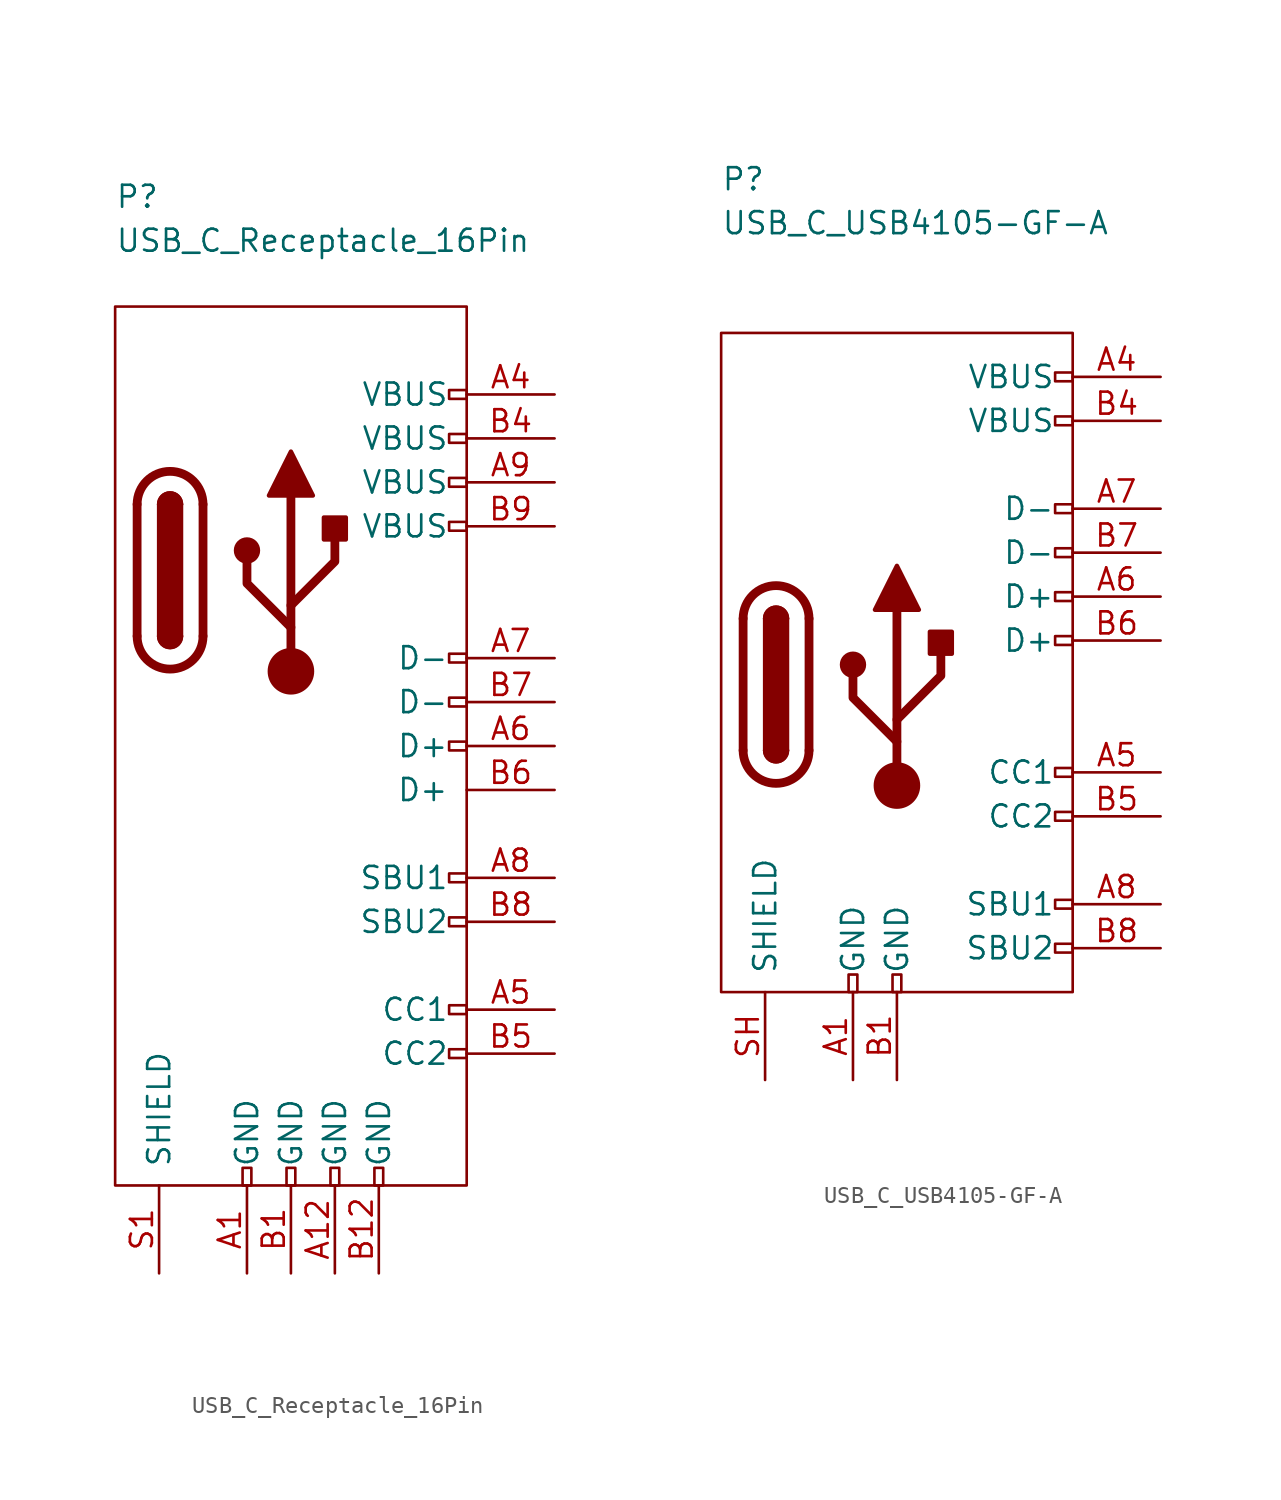
<source format=kicad_sym>
(kicad_symbol_lib
  (version 20211014)
  (generator kicad_symbol_editor)
  (symbol "USB_C_Receptacle_16Pin"
    (pin_names
      (offset 1.016))
    (property "Reference" "P"
      (at 0 6.35 0)
      (effects (font (size 1.27 1.27)) (justify left)))
    (property "Value" "USB_C_Receptacle_16Pin"
      (at 0 3.81 0)
      (effects (font (size 1.27 1.27)) (justify left)))
    (symbol "USB_C_Receptacle_16Pin_0_0"
      (rectangle (start 7.366 -50.8) (end 7.874 -49.784) (stroke (width 0) (type default) (color 0 0 0 0)) (fill (type none)))
      (rectangle (start 9.906 -50.8) (end 10.414 -49.784) (stroke (width 0) (type default) (color 0 0 0 0)) (fill (type none)))
      (rectangle (start 12.446 -50.8) (end 12.954 -49.784) (stroke (width 0) (type default) (color 0 0 0 0)) (fill (type none)))
      (rectangle (start 14.986 -50.8) (end 15.494 -49.784) (stroke (width 0) (type default) (color 0 0 0 0)) (fill (type none)))
      (rectangle (start 20.32 -42.926) (end 19.304 -43.434) (stroke (width 0) (type default) (color 0 0 0 0)) (fill (type none)))
      (rectangle (start 20.32 -40.386) (end 19.304 -40.894) (stroke (width 0) (type default) (color 0 0 0 0)) (fill (type none)))
      (rectangle (start 20.32 -35.306) (end 19.304 -35.814) (stroke (width 0) (type default) (color 0 0 0 0)) (fill (type none)))
      (rectangle (start 20.32 -32.766) (end 19.304 -33.274) (stroke (width 0) (type default) (color 0 0 0 0)) (fill (type none)))
      (rectangle (start 20.32 -25.146) (end 19.304 -25.654) (stroke (width 0) (type default) (color 0 0 0 0)) (fill (type none)))
      (rectangle (start 20.32 -22.606) (end 19.304 -23.114) (stroke (width 0) (type default) (color 0 0 0 0)) (fill (type none)))
      (rectangle (start 20.32 -20.066) (end 19.304 -20.574) (stroke (width 0) (type default) (color 0 0 0 0)) (fill (type none)))
      (rectangle (start 20.32 -12.446) (end 19.304 -12.954) (stroke (width 0) (type default) (color 0 0 0 0)) (fill (type none)))
      (rectangle (start 20.32 -9.906) (end 19.304 -10.414) (stroke (width 0) (type default) (color 0 0 0 0)) (fill (type none)))
      (rectangle (start 20.32 -7.366) (end 19.304 -7.874) (stroke (width 0) (type default) (color 0 0 0 0)) (fill (type none)))
      (rectangle (start 20.32 -4.826) (end 19.304 -5.334) (stroke (width 0) (type default) (color 0 0 0 0)) (fill (type none))))
    (symbol "USB_C_Receptacle_16Pin_0_1"
      (polyline (pts (xy 1.27 -19.05) (xy 1.27 -11.43)) (stroke (width 0.508) (type default) (color 0 0 0 0)) (fill (type none)))
      (polyline (pts (xy 5.08 -11.43) (xy 5.08 -19.05)) (stroke (width 0.508) (type default) (color 0 0 0 0)) (fill (type none)))
      (rectangle (start 0 0) (end 20.32 -50.8) (stroke (width 0.152) (type default) (color 0 0 0 0)) (fill (type none)))
      (arc (start 1.27 -19.05) (mid 3.175 -20.955) (end 5.08 -19.05) (stroke (width 0.508) (type default) (color 0 0 0 0)) (fill (type none)))
      (arc (start 2.54 -19.05) (mid 3.175 -19.685) (end 3.81 -19.05) (stroke (width 0.254) (type default) (color 0 0 0 0)) (fill (type none)))
      (arc (start 2.54 -19.05) (mid 3.175 -19.685) (end 3.81 -19.05) (stroke (width 0.254) (type default) (color 0 0 0 0)) (fill (type outline)))
      (rectangle (start 2.54 -19.05) (end 3.81 -11.43) (stroke (width 0.254) (type default) (color 0 0 0 0)) (fill (type outline)))
      (arc (start 3.81 -11.43) (mid 3.175 -10.795) (end 2.54 -11.43) (stroke (width 0.254) (type default) (color 0 0 0 0)) (fill (type none)))
      (arc (start 3.81 -11.43) (mid 3.175 -10.795) (end 2.54 -11.43) (stroke (width 0.254) (type default) (color 0 0 0 0)) (fill (type outline)))
      (arc (start 5.08 -11.43) (mid 3.175 -9.525) (end 1.27 -11.43) (stroke (width 0.508) (type default) (color 0 0 0 0)) (fill (type none))))
    (symbol "USB_C_Receptacle_16Pin_1_1"
      (polyline (pts (xy 10.16 -21.082) (xy 10.16 -10.922)) (stroke (width 0.508) (type default) (color 0 0 0 0)) (fill (type none)))
      (polyline (pts (xy 10.16 -18.542) (xy 7.62 -16.002) (xy 7.62 -14.732)) (stroke (width 0.508) (type default) (color 0 0 0 0)) (fill (type none)))
      (polyline (pts (xy 10.16 -17.272) (xy 12.7 -14.732) (xy 12.7 -13.462)) (stroke (width 0.508) (type default) (color 0 0 0 0)) (fill (type none)))
      (polyline (pts (xy 8.89 -10.922) (xy 10.16 -8.382) (xy 11.43 -10.922) (xy 8.89 -10.922)) (stroke (width 0.254) (type default) (color 0 0 0 0)) (fill (type outline)))
      (circle (center 7.62 -14.097) (radius 0.635) (stroke (width 0.254) (type default) (color 0 0 0 0)) (fill (type outline)))
      (circle (center 10.16 -21.082) (radius 1.27) (stroke (width 0) (type default) (color 0 0 0 0)) (fill (type outline)))
      (rectangle (start 12.065 -13.462) (end 13.335 -12.192) (stroke (width 0.254) (type default) (color 0 0 0 0)) (fill (type outline)))
      (pin passive line (at 7.62 -55.88 90) (length 5.08) (name "GND" (effects (font (size 1.27 1.27)))) (number "A1" (effects (font (size 1.27 1.27)))))
      (pin passive line (at 12.7 -55.88 90) (length 5.08) (name "GND" (effects (font (size 1.27 1.27)))) (number "A12" (effects (font (size 1.27 1.27)))))
      (pin passive line (at 25.4 -5.08 180) (length 5.08) (name "VBUS" (effects (font (size 1.27 1.27)))) (number "A4" (effects (font (size 1.27 1.27)))))
      (pin bidirectional line (at 25.4 -40.64 180) (length 5.08) (name "CC1" (effects (font (size 1.27 1.27)))) (number "A5" (effects (font (size 1.27 1.27)))))
      (pin bidirectional line (at 25.4 -25.4 180) (length 5.08) (name "D+" (effects (font (size 1.27 1.27)))) (number "A6" (effects (font (size 1.27 1.27)))))
      (pin bidirectional line (at 25.4 -20.32 180) (length 5.08) (name "D-" (effects (font (size 1.27 1.27)))) (number "A7" (effects (font (size 1.27 1.27)))))
      (pin bidirectional line (at 25.4 -33.02 180) (length 5.08) (name "SBU1" (effects (font (size 1.27 1.27)))) (number "A8" (effects (font (size 1.27 1.27)))))
      (pin passive line (at 25.4 -10.16 180) (length 5.08) (name "VBUS" (effects (font (size 1.27 1.27)))) (number "A9" (effects (font (size 1.27 1.27)))))
      (pin passive line (at 10.16 -55.88 90) (length 5.08) (name "GND" (effects (font (size 1.27 1.27)))) (number "B1" (effects (font (size 1.27 1.27)))))
      (pin passive line (at 15.24 -55.88 90) (length 5.08) (name "GND" (effects (font (size 1.27 1.27)))) (number "B12" (effects (font (size 1.27 1.27)))))
      (pin passive line (at 25.4 -7.62 180) (length 5.08) (name "VBUS" (effects (font (size 1.27 1.27)))) (number "B4" (effects (font (size 1.27 1.27)))))
      (pin bidirectional line (at 25.4 -43.18 180) (length 5.08) (name "CC2" (effects (font (size 1.27 1.27)))) (number "B5" (effects (font (size 1.27 1.27)))))
      (pin bidirectional line (at 25.4 -27.94 180) (length 5.08) (name "D+" (effects (font (size 1.27 1.27)))) (number "B6" (effects (font (size 1.27 1.27)))))
      (pin bidirectional line (at 25.4 -22.86 180) (length 5.08) (name "D-" (effects (font (size 1.27 1.27)))) (number "B7" (effects (font (size 1.27 1.27)))))
      (pin bidirectional line (at 25.4 -35.56 180) (length 5.08) (name "SBU2" (effects (font (size 1.27 1.27)))) (number "B8" (effects (font (size 1.27 1.27)))))
      (pin passive line (at 25.4 -12.7 180) (length 5.08) (name "VBUS" (effects (font (size 1.27 1.27)))) (number "B9" (effects (font (size 1.27 1.27)))))
      (pin passive line (at 2.54 -55.88 90) (length 5.08) (name "SHIELD" (effects (font (size 1.27 1.27)))) (number "S1" (effects (font (size 1.27 1.27)))))))
  (symbol "USB_C_USB4105-GF-A"
    (pin_names
      (offset 1.016))
    (property "Reference" "P"
      (at 0 8.89 0)
      (effects (font (size 1.27 1.27)) (justify left)))
    (property "Value" "USB_C_USB4105-GF-A"
      (at 0 6.35 0)
      (effects (font (size 1.27 1.27)) (justify left)))
    (symbol "USB_C_USB4105-GF-A_0_0"
      (rectangle (start 7.366 -38.1) (end 7.874 -37.084) (stroke (width 0) (type default) (color 0 0 0 0)) (fill (type none)))
      (rectangle (start 9.906 -38.1) (end 10.414 -37.084) (stroke (width 0) (type default) (color 0 0 0 0)) (fill (type none)))
      (rectangle (start 20.32 -35.306) (end 19.304 -35.814) (stroke (width 0) (type default) (color 0 0 0 0)) (fill (type none)))
      (rectangle (start 20.32 -32.766) (end 19.304 -33.274) (stroke (width 0) (type default) (color 0 0 0 0)) (fill (type none)))
      (rectangle (start 20.32 -27.686) (end 19.304 -28.194) (stroke (width 0) (type default) (color 0 0 0 0)) (fill (type none)))
      (rectangle (start 20.32 -25.146) (end 19.304 -25.654) (stroke (width 0) (type default) (color 0 0 0 0)) (fill (type none)))
      (rectangle (start 20.32 -17.526) (end 19.304 -18.034) (stroke (width 0) (type default) (color 0 0 0 0)) (fill (type none)))
      (rectangle (start 20.32 -14.986) (end 19.304 -15.494) (stroke (width 0) (type default) (color 0 0 0 0)) (fill (type none)))
      (rectangle (start 20.32 -12.446) (end 19.304 -12.954) (stroke (width 0) (type default) (color 0 0 0 0)) (fill (type none)))
      (rectangle (start 20.32 -9.906) (end 19.304 -10.414) (stroke (width 0) (type default) (color 0 0 0 0)) (fill (type none)))
      (rectangle (start 20.32 -4.826) (end 19.304 -5.334) (stroke (width 0) (type default) (color 0 0 0 0)) (fill (type none)))
      (rectangle (start 20.32 -2.286) (end 19.304 -2.794) (stroke (width 0) (type default) (color 0 0 0 0)) (fill (type none))))
    (symbol "USB_C_USB4105-GF-A_0_1"
      (polyline (pts (xy 1.27 -24.13) (xy 1.27 -16.51)) (stroke (width 0.508) (type default) (color 0 0 0 0)) (fill (type none)))
      (polyline (pts (xy 5.08 -16.51) (xy 5.08 -24.13)) (stroke (width 0.508) (type default) (color 0 0 0 0)) (fill (type none)))
      (polyline (pts (xy 10.16 -26.162) (xy 10.16 -16.002)) (stroke (width 0.508) (type default) (color 0 0 0 0)) (fill (type none)))
      (polyline (pts (xy 10.16 -23.622) (xy 7.62 -21.082) (xy 7.62 -19.812)) (stroke (width 0.508) (type default) (color 0 0 0 0)) (fill (type none)))
      (polyline (pts (xy 10.16 -22.352) (xy 12.7 -19.812) (xy 12.7 -18.542)) (stroke (width 0.508) (type default) (color 0 0 0 0)) (fill (type none)))
      (polyline (pts (xy 8.89 -16.002) (xy 10.16 -13.462) (xy 11.43 -16.002) (xy 8.89 -16.002)) (stroke (width 0.254) (type default) (color 0 0 0 0)) (fill (type outline)))
      (rectangle (start 0 0) (end 20.32 -38.1) (stroke (width 0.152) (type default) (color 0 0 0 0)) (fill (type none)))
      (arc (start 1.27 -24.13) (mid 3.175 -26.035) (end 5.08 -24.13) (stroke (width 0.508) (type default) (color 0 0 0 0)) (fill (type none)))
      (arc (start 2.54 -24.13) (mid 3.175 -24.765) (end 3.81 -24.13) (stroke (width 0.254) (type default) (color 0 0 0 0)) (fill (type none)))
      (arc (start 2.54 -24.13) (mid 3.175 -24.765) (end 3.81 -24.13) (stroke (width 0.254) (type default) (color 0 0 0 0)) (fill (type outline)))
      (rectangle (start 2.54 -24.13) (end 3.81 -16.51) (stroke (width 0.254) (type default) (color 0 0 0 0)) (fill (type outline)))
      (arc (start 3.81 -16.51) (mid 3.175 -15.875) (end 2.54 -16.51) (stroke (width 0.254) (type default) (color 0 0 0 0)) (fill (type none)))
      (arc (start 3.81 -16.51) (mid 3.175 -15.875) (end 2.54 -16.51) (stroke (width 0.254) (type default) (color 0 0 0 0)) (fill (type outline)))
      (arc (start 5.08 -16.51) (mid 3.175 -14.605) (end 1.27 -16.51) (stroke (width 0.508) (type default) (color 0 0 0 0)) (fill (type none)))
      (circle (center 7.62 -19.177) (radius 0.635) (stroke (width 0.254) (type default) (color 0 0 0 0)) (fill (type outline)))
      (circle (center 10.16 -26.162) (radius 1.27) (stroke (width 0) (type default) (color 0 0 0 0)) (fill (type outline)))
      (rectangle (start 12.065 -18.542) (end 13.335 -17.272) (stroke (width 0.254) (type default) (color 0 0 0 0)) (fill (type outline))))
    (symbol "USB_C_USB4105-GF-A_1_1"
      (pin passive line (at 7.62 -43.18 90) (length 5.08) (name "GND" (effects (font (size 1.27 1.27)))) (number "A1" (effects (font (size 1.27 1.27)))))
      (pin passive line (at 25.4 -2.54 180) (length 5.08) (name "VBUS" (effects (font (size 1.27 1.27)))) (number "A4" (effects (font (size 1.27 1.27)))))
      (pin bidirectional line (at 25.4 -25.4 180) (length 5.08) (name "CC1" (effects (font (size 1.27 1.27)))) (number "A5" (effects (font (size 1.27 1.27)))))
      (pin bidirectional line (at 25.4 -15.24 180) (length 5.08) (name "D+" (effects (font (size 1.27 1.27)))) (number "A6" (effects (font (size 1.27 1.27)))))
      (pin bidirectional line (at 25.4 -10.16 180) (length 5.08) (name "D-" (effects (font (size 1.27 1.27)))) (number "A7" (effects (font (size 1.27 1.27)))))
      (pin bidirectional line (at 25.4 -33.02 180) (length 5.08) (name "SBU1" (effects (font (size 1.27 1.27)))) (number "A8" (effects (font (size 1.27 1.27)))))
      (pin passive line (at 10.16 -43.18 90) (length 5.08) (name "GND" (effects (font (size 1.27 1.27)))) (number "B1" (effects (font (size 1.27 1.27)))))
      (pin passive line (at 25.4 -5.08 180) (length 5.08) (name "VBUS" (effects (font (size 1.27 1.27)))) (number "B4" (effects (font (size 1.27 1.27)))))
      (pin bidirectional line (at 25.4 -27.94 180) (length 5.08) (name "CC2" (effects (font (size 1.27 1.27)))) (number "B5" (effects (font (size 1.27 1.27)))))
      (pin bidirectional line (at 25.4 -17.78 180) (length 5.08) (name "D+" (effects (font (size 1.27 1.27)))) (number "B6" (effects (font (size 1.27 1.27)))))
      (pin bidirectional line (at 25.4 -12.7 180) (length 5.08) (name "D-" (effects (font (size 1.27 1.27)))) (number "B7" (effects (font (size 1.27 1.27)))))
      (pin bidirectional line (at 25.4 -35.56 180) (length 5.08) (name "SBU2" (effects (font (size 1.27 1.27)))) (number "B8" (effects (font (size 1.27 1.27)))))
      (pin passive line (at 2.54 -43.18 90) (length 5.08) (name "SHIELD" (effects (font (size 1.27 1.27)))) (number "SH" (effects (font (size 1.27 1.27))))))))
</source>
